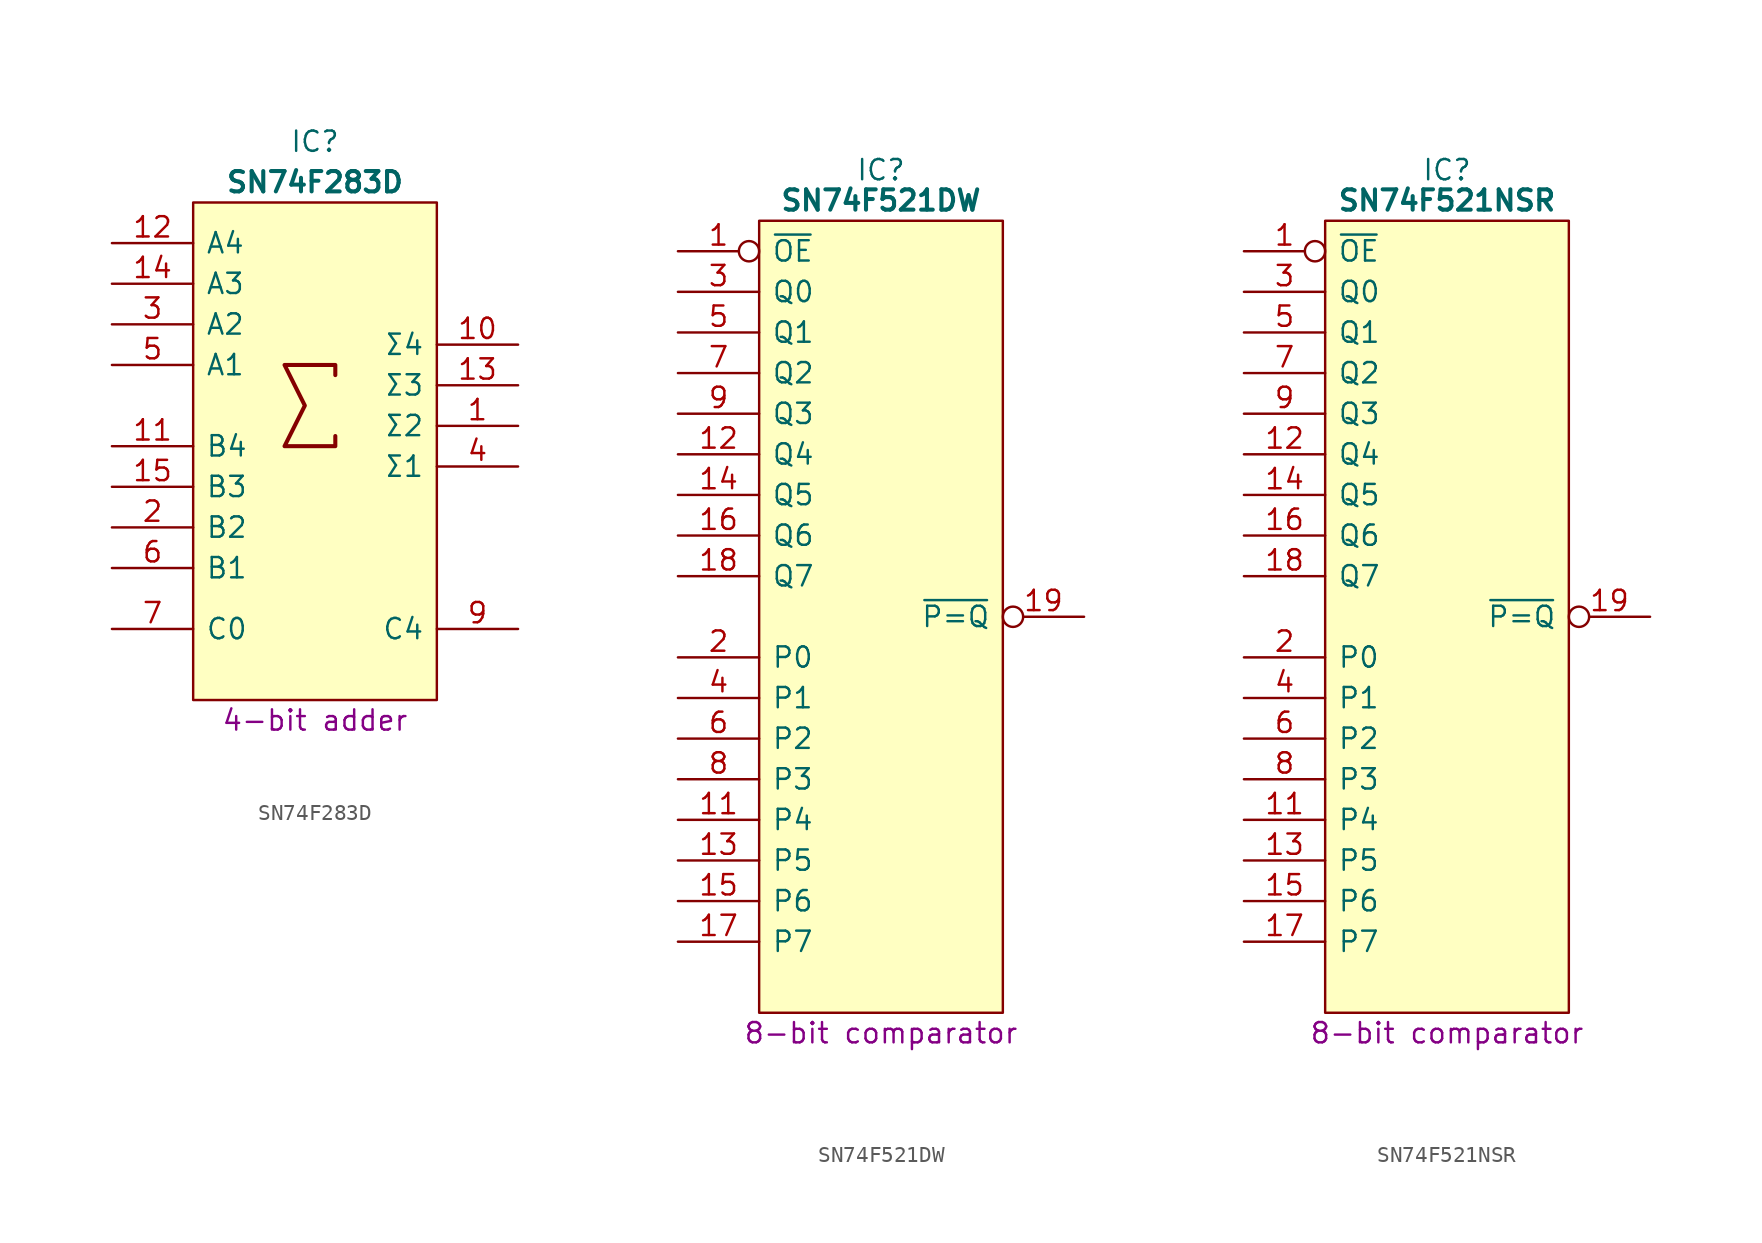
<source format=kicad_sym>
(kicad_symbol_lib
  (version 20241209)
  (generator "kicad_symbol_editor")
  (generator_version "9.0")
  (symbol "SN74F283D"
    (pin_names
      (offset 0.762))
    (property "Reference" "IC"
      (at 12.7 6.35 0)
      (effects (font (size 1.27 1.27))))
    (property "Value" "SN74F283D"
      (at 12.7 3.81 0)
      (effects (font (size 1.27 1.27) (bold yes))))
    (property "Description" "4-bit adder"
      (at 12.7 -29.845 0)
      (effects (font (size 1.27 1.27))))
    (symbol "SN74F283D_0_0"
      (pin input line (at 0 0 0) (length 5.08) (name "A4" (effects (font (size 1.27 1.27)))) (number "12" (effects (font (size 1.27 1.27)))))
      (pin input line (at 0 -2.54 0) (length 5.08) (name "A3" (effects (font (size 1.27 1.27)))) (number "14" (effects (font (size 1.27 1.27)))))
      (pin input line (at 0 -5.08 0) (length 5.08) (name "A2" (effects (font (size 1.27 1.27)))) (number "3" (effects (font (size 1.27 1.27)))))
      (pin input line (at 0 -7.62 0) (length 5.08) (name "A1" (effects (font (size 1.27 1.27)))) (number "5" (effects (font (size 1.27 1.27)))))
      (pin input line (at 0 -12.7 0) (length 5.08) (name "B4" (effects (font (size 1.27 1.27)))) (number "11" (effects (font (size 1.27 1.27)))))
      (pin input line (at 0 -15.24 0) (length 5.08) (name "B3" (effects (font (size 1.27 1.27)))) (number "15" (effects (font (size 1.27 1.27)))))
      (pin input line (at 0 -17.78 0) (length 5.08) (name "B2" (effects (font (size 1.27 1.27)))) (number "2" (effects (font (size 1.27 1.27)))))
      (pin input line (at 0 -20.32 0) (length 5.08) (name "B1" (effects (font (size 1.27 1.27)))) (number "6" (effects (font (size 1.27 1.27)))))
      (pin input line (at 0 -24.13 0) (length 5.08) (name "C0" (effects (font (size 1.27 1.27)))) (number "7" (effects (font (size 1.27 1.27)))))
      (pin output line (at 25.4 -6.35 180) (length 5.08) (name "Σ4" (effects (font (size 1.27 1.27)))) (number "10" (effects (font (size 1.27 1.27)))))
      (pin output line (at 25.4 -8.89 180) (length 5.08) (name "Σ3" (effects (font (size 1.27 1.27)))) (number "13" (effects (font (size 1.27 1.27)))))
      (pin output line (at 25.4 -11.43 180) (length 5.08) (name "Σ2" (effects (font (size 1.27 1.27)))) (number "1" (effects (font (size 1.27 1.27)))))
      (pin output line (at 25.4 -13.97 180) (length 5.08) (name "Σ1" (effects (font (size 1.27 1.27)))) (number "4" (effects (font (size 1.27 1.27)))))
      (pin output line (at 25.4 -24.13 180) (length 5.08) (name "C4" (effects (font (size 1.27 1.27)))) (number "9" (effects (font (size 1.27 1.27))))))
    (symbol "SN74F283D_0_1"
      (polyline (pts (xy 5.08 2.54) (xy 20.32 2.54) (xy 20.32 -28.575) (xy 5.08 -28.575) (xy 5.08 2.54)) (stroke (width 0.152) (type default)) (fill (type background))))
    (symbol "SN74F283D_1_0"
      (pin passive line (at 0 -26.67 0) (length 5.08) (hide yes) (name "GND" (effects (font (size 1.27 1.27)))) (number "8" (effects (font (size 1.27 1.27)))))
      (pin passive line (at 25.4 0 180) (length 5.08) (hide yes) (name "5V" (effects (font (size 1.27 1.27)))) (number "16" (effects (font (size 1.27 1.27))))))
    (symbol "SN74F283D_1_1"
      (polyline (pts (xy 13.97 -8.255) (xy 13.97 -7.62) (xy 10.795 -7.62) (xy 12.065 -10.16) (xy 10.795 -12.7) (xy 13.97 -12.7) (xy 13.97 -12.065)) (stroke (width 0.254) (type default)) (fill (type none)))))
  (symbol "SN74F521DW"
    (pin_names
      (offset 0.762))
    (property "Reference" "IC"
      (at 12.7 5.08 0)
      (effects (font (size 1.27 1.27))))
    (property "Value" "SN74F521DW"
      (at 12.7 3.175 0)
      (effects (font (size 1.27 1.27) (bold yes))))
    (property "Description" "8-bit comparator"
      (at 12.7 -48.895 0)
      (effects (font (size 1.27 1.27))))
    (symbol "SN74F521DW_0_0"
      (pin input inverted (at 0 0 0) (length 5.08) (name "~{OE}" (effects (font (size 1.27 1.27)))) (number "1" (effects (font (size 1.27 1.27)))))
      (pin input line (at 0 -2.54 0) (length 5.08) (name "Q0" (effects (font (size 1.27 1.27)))) (number "3" (effects (font (size 1.27 1.27)))))
      (pin input line (at 0 -5.08 0) (length 5.08) (name "Q1" (effects (font (size 1.27 1.27)))) (number "5" (effects (font (size 1.27 1.27)))))
      (pin input line (at 0 -7.62 0) (length 5.08) (name "Q2" (effects (font (size 1.27 1.27)))) (number "7" (effects (font (size 1.27 1.27)))))
      (pin input line (at 0 -10.16 0) (length 5.08) (name "Q3" (effects (font (size 1.27 1.27)))) (number "9" (effects (font (size 1.27 1.27)))))
      (pin input line (at 0 -12.7 0) (length 5.08) (name "Q4" (effects (font (size 1.27 1.27)))) (number "12" (effects (font (size 1.27 1.27)))))
      (pin input line (at 0 -15.24 0) (length 5.08) (name "Q5" (effects (font (size 1.27 1.27)))) (number "14" (effects (font (size 1.27 1.27)))))
      (pin input line (at 0 -17.78 0) (length 5.08) (name "Q6" (effects (font (size 1.27 1.27)))) (number "16" (effects (font (size 1.27 1.27)))))
      (pin input line (at 0 -20.32 0) (length 5.08) (name "Q7" (effects (font (size 1.27 1.27)))) (number "18" (effects (font (size 1.27 1.27)))))
      (pin input line (at 0 -25.4 0) (length 5.08) (name "P0" (effects (font (size 1.27 1.27)))) (number "2" (effects (font (size 1.27 1.27)))))
      (pin input line (at 0 -27.94 0) (length 5.08) (name "P1" (effects (font (size 1.27 1.27)))) (number "4" (effects (font (size 1.27 1.27)))))
      (pin input line (at 0 -30.48 0) (length 5.08) (name "P2" (effects (font (size 1.27 1.27)))) (number "6" (effects (font (size 1.27 1.27)))))
      (pin input line (at 0 -33.02 0) (length 5.08) (name "P3" (effects (font (size 1.27 1.27)))) (number "8" (effects (font (size 1.27 1.27)))))
      (pin input line (at 0 -35.56 0) (length 5.08) (name "P4" (effects (font (size 1.27 1.27)))) (number "11" (effects (font (size 1.27 1.27)))))
      (pin input line (at 0 -38.1 0) (length 5.08) (name "P5" (effects (font (size 1.27 1.27)))) (number "13" (effects (font (size 1.27 1.27)))))
      (pin input line (at 0 -40.64 0) (length 5.08) (name "P6" (effects (font (size 1.27 1.27)))) (number "15" (effects (font (size 1.27 1.27)))))
      (pin input line (at 0 -43.18 0) (length 5.08) (name "P7" (effects (font (size 1.27 1.27)))) (number "17" (effects (font (size 1.27 1.27)))))
      (pin output inverted (at 25.4 -22.86 180) (length 5.08) (name "~{P=Q}" (effects (font (size 1.27 1.27)))) (number "19" (effects (font (size 1.27 1.27))))))
    (symbol "SN74F521DW_0_1"
      (polyline (pts (xy 5.08 1.905) (xy 20.32 1.905) (xy 20.32 -47.625) (xy 5.08 -47.625) (xy 5.08 1.905)) (stroke (width 0.152) (type default)) (fill (type background))))
    (symbol "SN74F521DW_1_0"
      (pin passive line (at 0 -45.72 0) (length 5.08) (hide yes) (name "GND" (effects (font (size 1.27 1.27)))) (number "10" (effects (font (size 1.27 1.27)))))
      (pin passive line (at 25.4 0 180) (length 5.08) (hide yes) (name "5V" (effects (font (size 1.27 1.27)))) (number "20" (effects (font (size 1.27 1.27)))))))
  (symbol "SN74F521NSR"
    (pin_names
      (offset 0.762))
    (property "Reference" "IC"
      (at 12.7 5.08 0)
      (effects (font (size 1.27 1.27))))
    (property "Value" "SN74F521NSR"
      (at 12.7 3.175 0)
      (effects (font (size 1.27 1.27) (bold yes))))
    (property "Description" "8-bit comparator"
      (at 12.7 -48.895 0)
      (effects (font (size 1.27 1.27))))
    (symbol "SN74F521NSR_0_0"
      (pin input inverted (at 0 0 0) (length 5.08) (name "~{OE}" (effects (font (size 1.27 1.27)))) (number "1" (effects (font (size 1.27 1.27)))))
      (pin input line (at 0 -2.54 0) (length 5.08) (name "Q0" (effects (font (size 1.27 1.27)))) (number "3" (effects (font (size 1.27 1.27)))))
      (pin input line (at 0 -5.08 0) (length 5.08) (name "Q1" (effects (font (size 1.27 1.27)))) (number "5" (effects (font (size 1.27 1.27)))))
      (pin input line (at 0 -7.62 0) (length 5.08) (name "Q2" (effects (font (size 1.27 1.27)))) (number "7" (effects (font (size 1.27 1.27)))))
      (pin input line (at 0 -10.16 0) (length 5.08) (name "Q3" (effects (font (size 1.27 1.27)))) (number "9" (effects (font (size 1.27 1.27)))))
      (pin input line (at 0 -12.7 0) (length 5.08) (name "Q4" (effects (font (size 1.27 1.27)))) (number "12" (effects (font (size 1.27 1.27)))))
      (pin input line (at 0 -15.24 0) (length 5.08) (name "Q5" (effects (font (size 1.27 1.27)))) (number "14" (effects (font (size 1.27 1.27)))))
      (pin input line (at 0 -17.78 0) (length 5.08) (name "Q6" (effects (font (size 1.27 1.27)))) (number "16" (effects (font (size 1.27 1.27)))))
      (pin input line (at 0 -20.32 0) (length 5.08) (name "Q7" (effects (font (size 1.27 1.27)))) (number "18" (effects (font (size 1.27 1.27)))))
      (pin input line (at 0 -25.4 0) (length 5.08) (name "P0" (effects (font (size 1.27 1.27)))) (number "2" (effects (font (size 1.27 1.27)))))
      (pin input line (at 0 -27.94 0) (length 5.08) (name "P1" (effects (font (size 1.27 1.27)))) (number "4" (effects (font (size 1.27 1.27)))))
      (pin input line (at 0 -30.48 0) (length 5.08) (name "P2" (effects (font (size 1.27 1.27)))) (number "6" (effects (font (size 1.27 1.27)))))
      (pin input line (at 0 -33.02 0) (length 5.08) (name "P3" (effects (font (size 1.27 1.27)))) (number "8" (effects (font (size 1.27 1.27)))))
      (pin input line (at 0 -35.56 0) (length 5.08) (name "P4" (effects (font (size 1.27 1.27)))) (number "11" (effects (font (size 1.27 1.27)))))
      (pin input line (at 0 -38.1 0) (length 5.08) (name "P5" (effects (font (size 1.27 1.27)))) (number "13" (effects (font (size 1.27 1.27)))))
      (pin input line (at 0 -40.64 0) (length 5.08) (name "P6" (effects (font (size 1.27 1.27)))) (number "15" (effects (font (size 1.27 1.27)))))
      (pin input line (at 0 -43.18 0) (length 5.08) (name "P7" (effects (font (size 1.27 1.27)))) (number "17" (effects (font (size 1.27 1.27)))))
      (pin output inverted (at 25.4 -22.86 180) (length 5.08) (name "~{P=Q}" (effects (font (size 1.27 1.27)))) (number "19" (effects (font (size 1.27 1.27))))))
    (symbol "SN74F521NSR_0_1"
      (polyline (pts (xy 5.08 1.905) (xy 20.32 1.905) (xy 20.32 -47.625) (xy 5.08 -47.625) (xy 5.08 1.905)) (stroke (width 0.152) (type default)) (fill (type background))))
    (symbol "SN74F521NSR_1_0"
      (pin passive line (at 0 -45.72 0) (length 5.08) (hide yes) (name "GND" (effects (font (size 1.27 1.27)))) (number "10" (effects (font (size 1.27 1.27)))))
      (pin passive line (at 25.4 0 180) (length 5.08) (hide yes) (name "5V" (effects (font (size 1.27 1.27)))) (number "20" (effects (font (size 1.27 1.27))))))))
</source>
